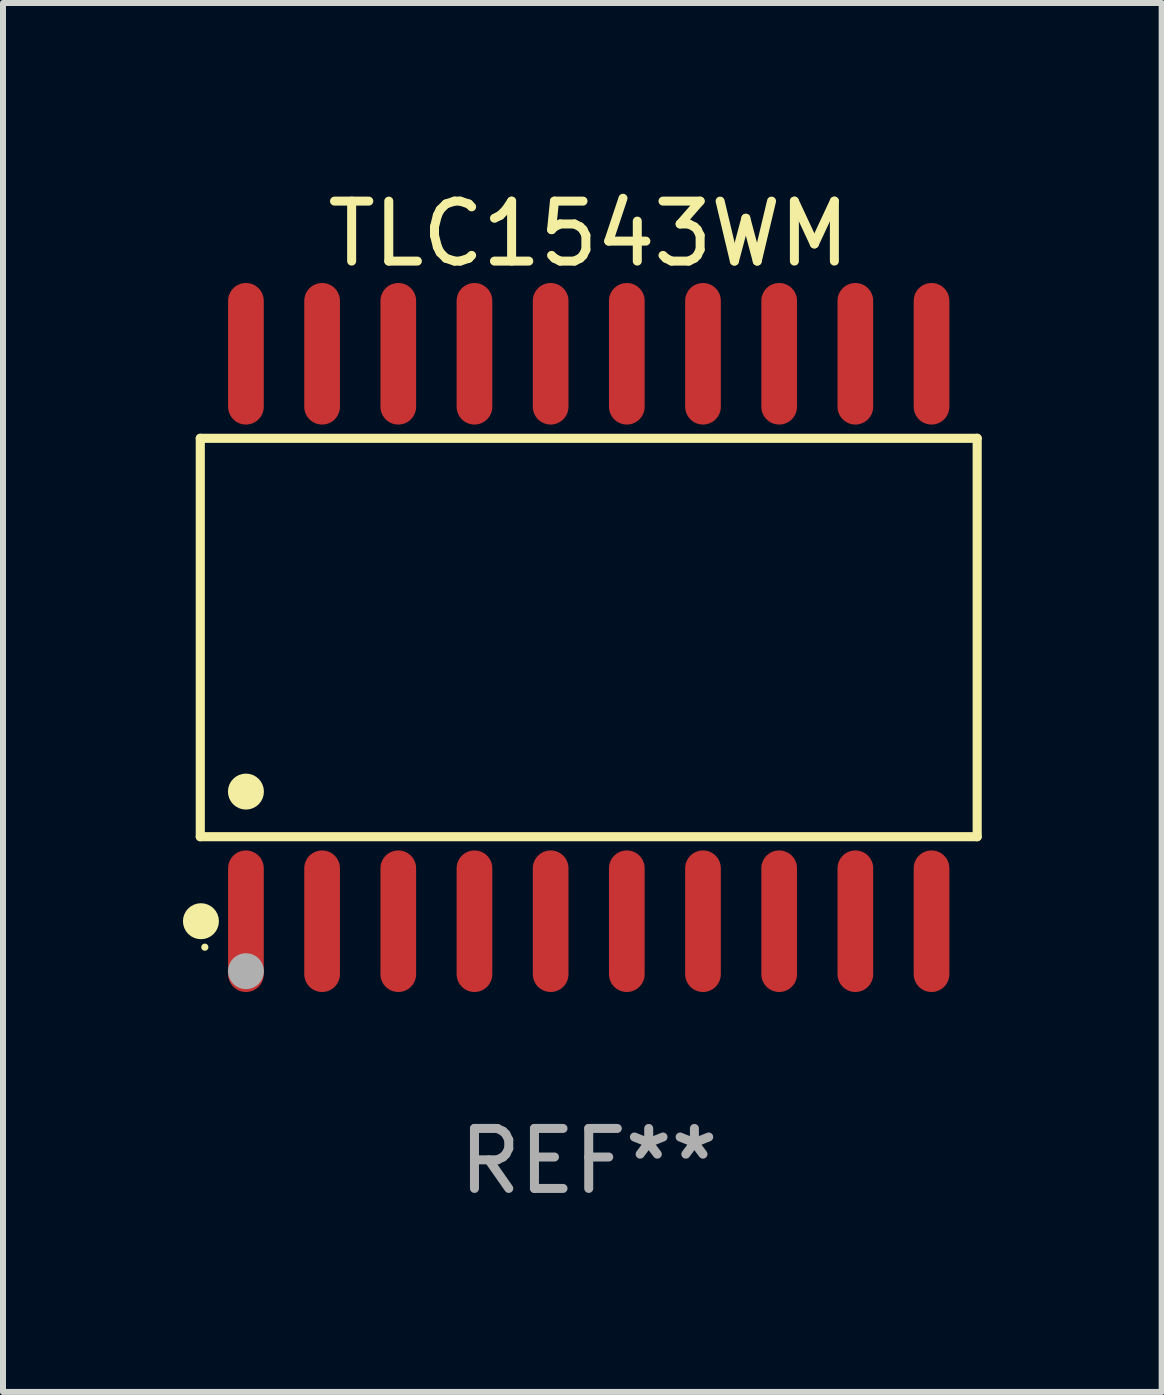
<source format=kicad_pcb>
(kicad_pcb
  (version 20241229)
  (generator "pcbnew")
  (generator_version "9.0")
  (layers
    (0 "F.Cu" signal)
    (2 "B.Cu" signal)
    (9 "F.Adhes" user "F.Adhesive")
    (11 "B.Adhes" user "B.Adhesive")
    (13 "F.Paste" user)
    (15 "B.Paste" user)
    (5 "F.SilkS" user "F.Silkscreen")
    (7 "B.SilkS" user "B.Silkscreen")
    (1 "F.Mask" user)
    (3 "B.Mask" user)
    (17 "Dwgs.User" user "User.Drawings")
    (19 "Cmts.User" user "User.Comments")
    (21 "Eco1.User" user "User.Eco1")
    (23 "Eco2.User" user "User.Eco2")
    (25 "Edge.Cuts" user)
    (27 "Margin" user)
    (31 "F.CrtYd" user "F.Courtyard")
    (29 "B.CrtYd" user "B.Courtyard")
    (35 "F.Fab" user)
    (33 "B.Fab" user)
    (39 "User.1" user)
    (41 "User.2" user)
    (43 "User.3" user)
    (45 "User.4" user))
  (footprint "TLC1543WM"
    (layer "F.Cu")
    (at 6.765 7.578)
    (property "Reference" "TLC1543WM" (at 0 -6.73 0) (layer "F.SilkS") (effects (font (size 1 1) (thickness 0.15))))
    (attr through_hole)
    (fp_line (start -6.476 -3.321) (end 6.476 -3.321) (stroke (width 0.152) (type solid)) (layer "F.SilkS"))
    (fp_line (start -6.476 3.321) (end -6.476 -3.321) (stroke (width 0.152) (type solid)) (layer "F.SilkS"))
    (fp_line (start 6.476 -3.321) (end 6.476 3.321) (stroke (width 0.152) (type solid)) (layer "F.SilkS"))
    (fp_line (start 6.476 3.321) (end -6.476 3.321) (stroke (width 0.152) (type solid)) (layer "F.SilkS"))
    (fp_circle (center -6.465 4.73) (end -6.315 4.73) (stroke (width 0.3) (type solid)) (fill no) (layer "F.SilkS"))
    (fp_circle (center -6.4 5.163) (end -6.37 5.163) (stroke (width 0.06) (type solid)) (fill no) (layer "F.SilkS"))
    (fp_circle (center -5.715 2.569) (end -5.565 2.569) (stroke (width 0.3) (type solid)) (fill no) (layer "F.SilkS"))
    (fp_circle (center -5.715 5.563) (end -5.565 5.563) (stroke (width 0.3) (type solid)) (fill no) (layer "F.Fab"))
    (fp_text user "REF**" (at 0 8.73 0) (layer "F.Fab") (effects (font (size 1 1) (thickness 0.15))))
    (pad "1" smd oval (at -5.715 4.73) (size 0.595 2.36) (layers "F.Cu" "F.Mask" "F.Paste"))
    (pad "2" smd oval (at -4.445 4.73) (size 0.595 2.36) (layers "F.Cu" "F.Mask" "F.Paste"))
    (pad "3" smd oval (at -3.175 4.73) (size 0.595 2.36) (layers "F.Cu" "F.Mask" "F.Paste"))
    (pad "4" smd oval (at -1.905 4.73) (size 0.595 2.36) (layers "F.Cu" "F.Mask" "F.Paste"))
    (pad "5" smd oval (at -0.635 4.73) (size 0.595 2.36) (layers "F.Cu" "F.Mask" "F.Paste"))
    (pad "6" smd oval (at 0.635 4.73) (size 0.595 2.36) (layers "F.Cu" "F.Mask" "F.Paste"))
    (pad "7" smd oval (at 1.905 4.73) (size 0.595 2.36) (layers "F.Cu" "F.Mask" "F.Paste"))
    (pad "8" smd oval (at 3.175 4.73) (size 0.595 2.36) (layers "F.Cu" "F.Mask" "F.Paste"))
    (pad "9" smd oval (at 4.445 4.73) (size 0.595 2.36) (layers "F.Cu" "F.Mask" "F.Paste"))
    (pad "10" smd oval (at 5.715 4.73) (size 0.595 2.36) (layers "F.Cu" "F.Mask" "F.Paste"))
    (pad "11" smd oval (at 5.715 -4.73) (size 0.595 2.36) (layers "F.Cu" "F.Mask" "F.Paste"))
    (pad "12" smd oval (at 4.445 -4.73) (size 0.595 2.36) (layers "F.Cu" "F.Mask" "F.Paste"))
    (pad "13" smd oval (at 3.175 -4.73) (size 0.595 2.36) (layers "F.Cu" "F.Mask" "F.Paste"))
    (pad "14" smd oval (at 1.905 -4.73) (size 0.595 2.36) (layers "F.Cu" "F.Mask" "F.Paste"))
    (pad "15" smd oval (at 0.635 -4.73) (size 0.595 2.36) (layers "F.Cu" "F.Mask" "F.Paste"))
    (pad "16" smd oval (at -0.635 -4.73) (size 0.595 2.36) (layers "F.Cu" "F.Mask" "F.Paste"))
    (pad "17" smd oval (at -1.905 -4.73) (size 0.595 2.36) (layers "F.Cu" "F.Mask" "F.Paste"))
    (pad "18" smd oval (at -3.175 -4.73) (size 0.595 2.36) (layers "F.Cu" "F.Mask" "F.Paste"))
    (pad "19" smd oval (at -4.445 -4.73) (size 0.595 2.36) (layers "F.Cu" "F.Mask" "F.Paste"))
    (pad "20" smd oval (at -5.715 -4.73) (size 0.595 2.36) (layers "F.Cu" "F.Mask" "F.Paste")))
  (gr_rect
    (start -3 -3)
    (end 16.317 20.156)
    (stroke (width 0.1) (type default))
    (fill no)
    (layer "Edge.Cuts")))
</source>
